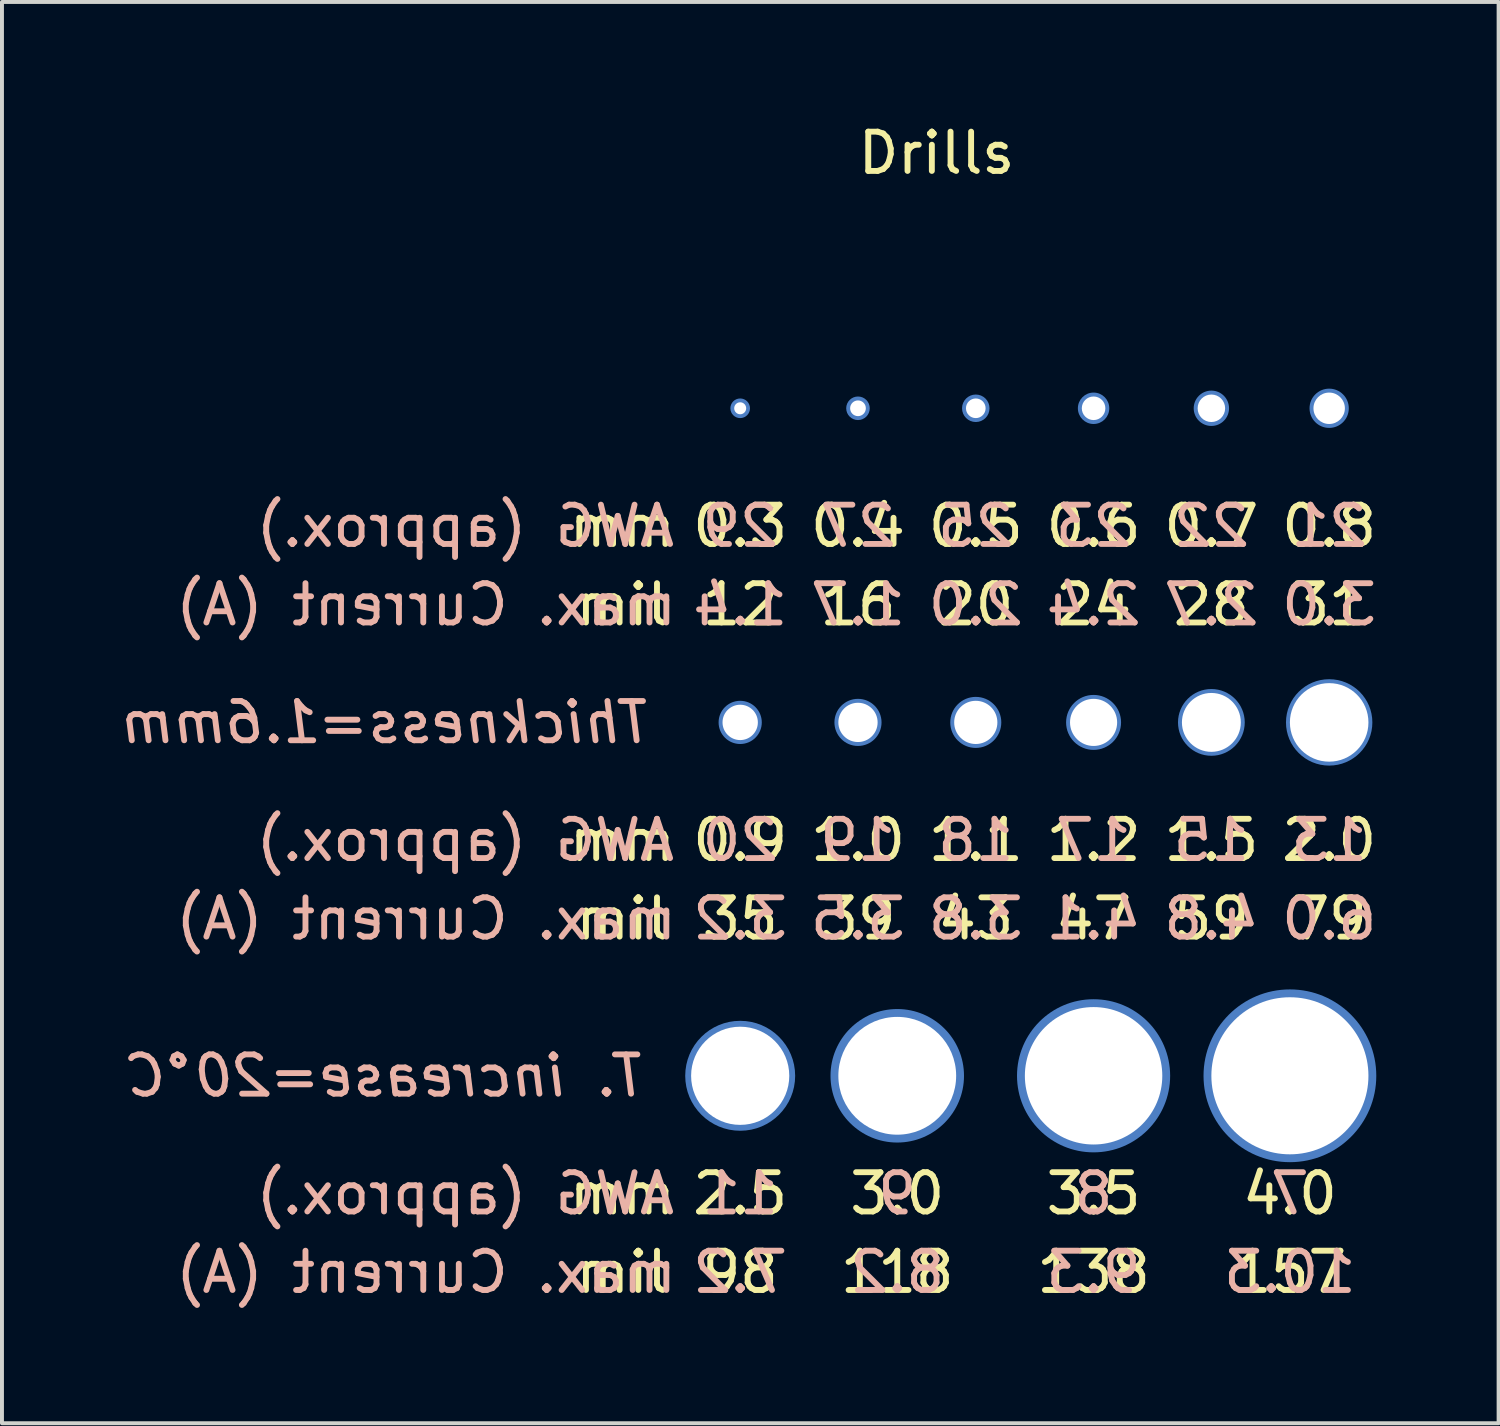
<source format=kicad_pcb>
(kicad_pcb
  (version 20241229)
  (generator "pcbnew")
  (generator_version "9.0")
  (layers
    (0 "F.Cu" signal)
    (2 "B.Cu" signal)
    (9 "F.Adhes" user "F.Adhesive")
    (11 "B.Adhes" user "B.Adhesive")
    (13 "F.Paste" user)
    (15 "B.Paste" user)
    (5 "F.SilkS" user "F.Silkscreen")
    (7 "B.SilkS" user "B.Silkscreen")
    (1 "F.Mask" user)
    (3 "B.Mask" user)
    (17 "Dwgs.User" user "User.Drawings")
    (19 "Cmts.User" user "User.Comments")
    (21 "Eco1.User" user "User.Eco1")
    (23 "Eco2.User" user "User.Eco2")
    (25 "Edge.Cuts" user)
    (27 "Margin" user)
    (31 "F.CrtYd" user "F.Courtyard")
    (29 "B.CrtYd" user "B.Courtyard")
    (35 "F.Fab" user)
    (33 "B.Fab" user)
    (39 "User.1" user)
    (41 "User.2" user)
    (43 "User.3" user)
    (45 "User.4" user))
  (footprint "Drills"
    (layer "F.Cu")
    (at 20.801 3.348)
    (property "Reference" "Drills" (at 0 -2.5 0) (layer "F.SilkS") (effects (font (size 1 1) (thickness 0.15))))
    (attr through_hole)
    (fp_text user "98" (at -5 26 0) (layer "F.SilkS") (effects (font (size 1 1) (thickness 0.15))))
    (fp_text user "31" (at 10 9 0) (layer "F.SilkS") (effects (font (size 1 1) (thickness 0.15))))
    (fp_text user "157" (at 9 26 0) (layer "F.SilkS") (effects (font (size 1 1) (thickness 0.15))))
    (fp_text user "2.0" (at 10 15 0) (layer "F.SilkS") (effects (font (size 1 1) (thickness 0.15))))
    (fp_text user "16" (at -2 9 0) (layer "F.SilkS") (effects (font (size 1 1) (thickness 0.15))))
    (fp_text user "0.6" (at 4 7 0) (layer "F.SilkS") (effects (font (size 1 1) (thickness 0.15))))
    (fp_text user "mil" (at -8 26 0) (layer "F.SilkS") (effects (font (size 1 1) (thickness 0.15))))
    (fp_text user "35" (at -5 17 0) (layer "F.SilkS") (effects (font (size 1 1) (thickness 0.15))))
    (fp_text user "0.5" (at 1 7 0) (layer "F.SilkS") (effects (font (size 1 1) (thickness 0.15))))
    (fp_text user "mil" (at -8 17 0) (layer "F.SilkS") (effects (font (size 1 1) (thickness 0.15))))
    (fp_text user "0.4" (at -2 7 0) (layer "F.SilkS") (effects (font (size 1 1) (thickness 0.15))))
    (fp_text user "20" (at 1 9 0) (layer "F.SilkS") (effects (font (size 1 1) (thickness 0.15))))
    (fp_text user "mm" (at -8 7 0) (layer "F.SilkS") (effects (font (size 1 1) (thickness 0.15))))
    (fp_text user "138" (at 4 26 0) (layer "F.SilkS") (effects (font (size 1 1) (thickness 0.15))))
    (fp_text user "mm" (at -8 24 0) (layer "F.SilkS") (effects (font (size 1 1) (thickness 0.15))))
    (fp_text user "3.0" (at -1 24 0) (layer "F.SilkS") (effects (font (size 1 1) (thickness 0.15))))
    (fp_text user "24" (at 4 9 0) (layer "F.SilkS") (effects (font (size 1 1) (thickness 0.15))))
    (fp_text user "2.5" (at -5 24 0) (layer "F.SilkS") (effects (font (size 1 1) (thickness 0.15))))
    (fp_text user "0.8" (at 10 7 0) (layer "F.SilkS") (effects (font (size 1 1) (thickness 0.15))))
    (fp_text user "mm" (at -8 15 0) (layer "F.SilkS") (effects (font (size 1 1) (thickness 0.15))))
    (fp_text user "47" (at 4 17 0) (layer "F.SilkS") (effects (font (size 1 1) (thickness 0.15))))
    (fp_text user "59" (at 7 17 0) (layer "F.SilkS") (effects (font (size 1 1) (thickness 0.15))))
    (fp_text user "0.7" (at 7 7 0) (layer "F.SilkS") (effects (font (size 1 1) (thickness 0.15))))
    (fp_text user "mil" (at -8 9 0) (layer "F.SilkS") (effects (font (size 1 1) (thickness 0.15))))
    (fp_text user "28" (at 7 9 0) (layer "F.SilkS") (effects (font (size 1 1) (thickness 0.15))))
    (fp_text user "12" (at -5 9 0) (layer "F.SilkS") (effects (font (size 1 1) (thickness 0.15))))
    (fp_text user "1.0" (at -2 15 0) (layer "F.SilkS") (effects (font (size 1 1) (thickness 0.15))))
    (fp_text user "1.1" (at 1 15 0) (layer "F.SilkS") (effects (font (size 1 1) (thickness 0.15))))
    (fp_text user "1.2" (at 4 15 0) (layer "F.SilkS") (effects (font (size 1 1) (thickness 0.15))))
    (fp_text user "0.9" (at -5 15 0) (layer "F.SilkS") (effects (font (size 1 1) (thickness 0.15))))
    (fp_text user "0.3" (at -5 7 0) (layer "F.SilkS") (effects (font (size 1 1) (thickness 0.15))))
    (fp_text user "39" (at -2 17 0) (layer "F.SilkS") (effects (font (size 1 1) (thickness 0.15))))
    (fp_text user "4.0" (at 9 24 0) (layer "F.SilkS") (effects (font (size 1 1) (thickness 0.15))))
    (fp_text user "3.5" (at 4 24 0) (layer "F.SilkS") (effects (font (size 1 1) (thickness 0.15))))
    (fp_text user "79" (at 10 17 0) (layer "F.SilkS") (effects (font (size 1 1) (thickness 0.15))))
    (fp_text user "1.5" (at 7 15 0) (layer "F.SilkS") (effects (font (size 1 1) (thickness 0.15))))
    (fp_text user "43" (at 1 17 0) (layer "F.SilkS") (effects (font (size 1 1) (thickness 0.15))))
    (fp_text user "118" (at -1 26 0) (layer "F.SilkS") (effects (font (size 1 1) (thickness 0.15))))
    (fp_text user "2.7" (at 7 9 0) (layer "B.SilkS") (effects (font (size 1 1) (thickness 0.15)) (justify mirror)))
    (fp_text user "4.1" (at 4 17 0) (layer "B.SilkS") (effects (font (size 1 1) (thickness 0.15)) (justify mirror)))
    (fp_text user "20" (at -5 15 0) (layer "B.SilkS") (effects (font (size 1 1) (thickness 0.15)) (justify mirror)))
    (fp_text user "23" (at 4 7 0) (layer "B.SilkS") (effects (font (size 1 1) (thickness 0.15)) (justify mirror)))
    (fp_text user "4.8" (at 7 17 0) (layer "B.SilkS") (effects (font (size 1 1) (thickness 0.15)) (justify mirror)))
    (fp_text user "29" (at -5 7 0) (layer "B.SilkS") (effects (font (size 1 1) (thickness 0.15)) (justify mirror)))
    (fp_text user "3.0" (at 10 9 0) (layer "B.SilkS") (effects (font (size 1 1) (thickness 0.15)) (justify mirror)))
    (fp_text user "2.4" (at 4 9 0) (layer "B.SilkS") (effects (font (size 1 1) (thickness 0.15)) (justify mirror)))
    (fp_text user "8" (at 4 24 0) (layer "B.SilkS") (effects (font (size 1 1) (thickness 0.15)) (justify mirror)))
    (fp_text user "22" (at 7 7 0) (layer "B.SilkS") (effects (font (size 1 1) (thickness 0.15)) (justify mirror)))
    (fp_text user "7.2" (at -5 26 0) (layer "B.SilkS") (effects (font (size 1 1) (thickness 0.15)) (justify mirror)))
    (fp_text user "max. Current (A)" (at -13 17 0) (layer "B.SilkS") (effects (font (size 1 1) (thickness 0.15)) (justify mirror)))
    (fp_text user "15" (at 7 15 0) (layer "B.SilkS") (effects (font (size 1 1) (thickness 0.15)) (justify mirror)))
    (fp_text user "6.0" (at 10 17 0) (layer "B.SilkS") (effects (font (size 1 1) (thickness 0.15)) (justify mirror)))
    (fp_text user "T. increase=20°C" (at -14 21 0) (layer "B.SilkS") (effects (font (size 1 1) (thickness 0.15) (italic yes)) (justify mirror)))
    (fp_text user "9.3" (at 4 26 0) (layer "B.SilkS") (effects (font (size 1 1) (thickness 0.15)) (justify mirror)))
    (fp_text user "AWG (approx.)" (at -12 7 0) (layer "B.SilkS") (effects (font (size 1 1) (thickness 0.15)) (justify mirror)))
    (fp_text user "max. Current (A)" (at -13 26 0) (layer "B.SilkS") (effects (font (size 1 1) (thickness 0.15)) (justify mirror)))
    (fp_text user "max. Current (A)" (at -13 9 0) (layer "B.SilkS") (effects (font (size 1 1) (thickness 0.15)) (justify mirror)))
    (fp_text user "10.3" (at 9 26 0) (layer "B.SilkS") (effects (font (size 1 1) (thickness 0.15)) (justify mirror)))
    (fp_text user "21" (at 10 7 0) (layer "B.SilkS") (effects (font (size 1 1) (thickness 0.15)) (justify mirror)))
    (fp_text user "AWG (approx.)" (at -12 15 0) (layer "B.SilkS") (effects (font (size 1 1) (thickness 0.15)) (justify mirror)))
    (fp_text user "13" (at 10 15 0) (layer "B.SilkS") (effects (font (size 1 1) (thickness 0.15)) (justify mirror)))
    (fp_text user "2.0" (at 1 9 0) (layer "B.SilkS") (effects (font (size 1 1) (thickness 0.15)) (justify mirror)))
    (fp_text user "Thickness=1.6mm" (at -14 12 0) (layer "B.SilkS") (effects (font (size 1 1) (thickness 0.15) (italic yes)) (justify mirror)))
    (fp_text user "9" (at -1 24 0) (layer "B.SilkS") (effects (font (size 1 1) (thickness 0.15)) (justify mirror)))
    (fp_text user "3.8" (at 1 17 0) (layer "B.SilkS") (effects (font (size 1 1) (thickness 0.15)) (justify mirror)))
    (fp_text user "1.4" (at -5 9 0) (layer "B.SilkS") (effects (font (size 1 1) (thickness 0.15)) (justify mirror)))
    (fp_text user "7" (at 9 24 0) (layer "B.SilkS") (effects (font (size 1 1) (thickness 0.15)) (justify mirror)))
    (fp_text user "11" (at -5 24 0) (layer "B.SilkS") (effects (font (size 1 1) (thickness 0.15)) (justify mirror)))
    (fp_text user "AWG (approx.)" (at -12 24 0) (layer "B.SilkS") (effects (font (size 1 1) (thickness 0.15)) (justify mirror)))
    (fp_text user "3.5" (at -2 17 0) (layer "B.SilkS") (effects (font (size 1 1) (thickness 0.15)) (justify mirror)))
    (fp_text user "3.2" (at -5 17 0) (layer "B.SilkS") (effects (font (size 1 1) (thickness 0.15)) (justify mirror)))
    (fp_text user "27" (at -2 7 0) (layer "B.SilkS") (effects (font (size 1 1) (thickness 0.15)) (justify mirror)))
    (fp_text user "18" (at 1 15 0) (layer "B.SilkS") (effects (font (size 1 1) (thickness 0.15)) (justify mirror)))
    (fp_text user "8.2" (at -1 26 0) (layer "B.SilkS") (effects (font (size 1 1) (thickness 0.15)) (justify mirror)))
    (fp_text user "1.7" (at -2 9 0) (layer "B.SilkS") (effects (font (size 1 1) (thickness 0.15)) (justify mirror)))
    (fp_text user "25" (at 1 7 0) (layer "B.SilkS") (effects (font (size 1 1) (thickness 0.15)) (justify mirror)))
    (fp_text user "19" (at -2 15 0) (layer "B.SilkS") (effects (font (size 1 1) (thickness 0.15)) (justify mirror)))
    (fp_text user "17" (at 4 15 0) (layer "B.SilkS") (effects (font (size 1 1) (thickness 0.15)) (justify mirror)))
    (pad "" np_thru_hole circle (at -5 4) (size 0.5 0.5) (drill 0.305) (layers "B.Cu" "B.Mask"))
    (pad "" np_thru_hole circle (at -5 12) (size 1.1 1.1) (drill 0.9) (layers "B.Cu" "B.Mask"))
    (pad "" np_thru_hole circle (at -5 21) (size 2.8 2.8) (drill 2.5) (layers "B.Cu" "B.Mask"))
    (pad "" np_thru_hole circle (at -2 4) (size 0.6 0.6) (drill 0.4) (layers "B.Cu" "B.Mask"))
    (pad "" np_thru_hole circle (at -2 12) (size 1.2 1.2) (drill 1) (layers "B.Cu" "B.Mask"))
    (pad "" np_thru_hole circle (at -1 21) (size 3.4 3.4) (drill 3) (layers "B.Cu" "B.Mask"))
    (pad "" np_thru_hole circle (at 1 4) (size 0.7 0.7) (drill 0.5) (layers "B.Cu" "B.Mask"))
    (pad "" np_thru_hole circle (at 1 12) (size 1.3 1.3) (drill 1.1) (layers "B.Cu" "B.Mask"))
    (pad "" np_thru_hole circle (at 4 4) (size 0.8 0.8) (drill 0.6) (layers "B.Cu" "B.Mask"))
    (pad "" np_thru_hole circle (at 4 12) (size 1.4 1.4) (drill 1.2) (layers "B.Cu" "B.Mask"))
    (pad "" np_thru_hole circle (at 4 21) (size 3.9 3.9) (drill 3.5) (layers "B.Cu" "B.Mask"))
    (pad "" np_thru_hole circle (at 7 4) (size 0.9 0.9) (drill 0.7) (layers "B.Cu" "B.Mask"))
    (pad "" np_thru_hole circle (at 7 12) (size 1.7 1.7) (drill 1.5) (layers "B.Cu" "B.Mask"))
    (pad "" np_thru_hole circle (at 9 21) (size 4.4 4.4) (drill 4) (layers "B.Cu" "B.Mask"))
    (pad "" np_thru_hole circle (at 10 4) (size 1 1) (drill 0.8) (layers "B.Cu" "B.Mask"))
    (pad "" np_thru_hole circle (at 10 12) (size 2.2 2.2) (drill 2) (layers "B.Cu" "B.Mask")))
  (gr_rect
    (start -3 -3)
    (end 35.116 33.197)
    (stroke (width 0.1) (type default))
    (fill no)
    (layer "Edge.Cuts")))
</source>
